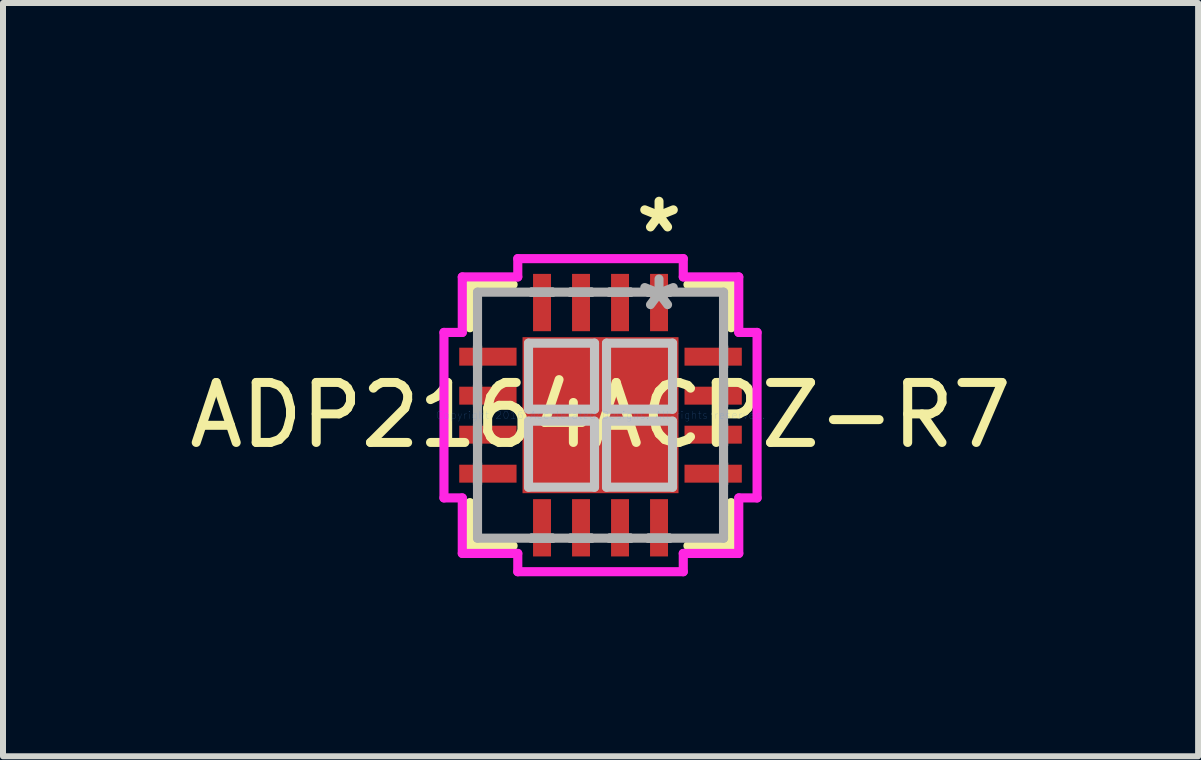
<source format=kicad_pcb>
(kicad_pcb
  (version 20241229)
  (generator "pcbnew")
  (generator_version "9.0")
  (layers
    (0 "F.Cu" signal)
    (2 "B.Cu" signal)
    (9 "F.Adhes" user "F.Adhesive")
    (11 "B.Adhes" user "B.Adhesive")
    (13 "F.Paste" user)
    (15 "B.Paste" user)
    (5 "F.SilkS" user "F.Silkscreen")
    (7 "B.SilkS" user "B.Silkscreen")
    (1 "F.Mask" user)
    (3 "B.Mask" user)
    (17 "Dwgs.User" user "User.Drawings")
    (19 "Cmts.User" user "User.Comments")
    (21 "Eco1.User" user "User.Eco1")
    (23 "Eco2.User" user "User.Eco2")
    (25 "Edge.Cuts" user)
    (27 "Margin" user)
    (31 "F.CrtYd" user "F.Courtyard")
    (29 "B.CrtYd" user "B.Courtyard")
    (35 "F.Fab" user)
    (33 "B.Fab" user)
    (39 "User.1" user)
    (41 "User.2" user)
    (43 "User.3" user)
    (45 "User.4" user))
  (footprint "ADP2164ACPZ-R7"
    (layer "F.Cu")
    (at 6.958 3.869)
    (property "Reference" "ADP2164ACPZ-R7" (at 0 0 0) (layer "F.SilkS") (effects (font (size 1 1) (thickness 0.15))))
    (attr through_hole)
    (fp_line (start -2.177 -2.177) (end -2.177 -1.457) (stroke (width 0.152) (type solid)) (layer "F.SilkS"))
    (fp_line (start -2.177 1.457) (end -2.177 2.177) (stroke (width 0.152) (type solid)) (layer "F.SilkS"))
    (fp_line (start -2.177 2.177) (end -1.457 2.177) (stroke (width 0.152) (type solid)) (layer "F.SilkS"))
    (fp_line (start -1.457 -2.177) (end -2.177 -2.177) (stroke (width 0.152) (type solid)) (layer "F.SilkS"))
    (fp_line (start 1.457 2.177) (end 2.177 2.177) (stroke (width 0.152) (type solid)) (layer "F.SilkS"))
    (fp_line (start 2.177 -2.177) (end 1.457 -2.177) (stroke (width 0.152) (type solid)) (layer "F.SilkS"))
    (fp_line (start 2.177 -1.457) (end 2.177 -2.177) (stroke (width 0.152) (type solid)) (layer "F.SilkS"))
    (fp_line (start 2.177 2.177) (end 2.177 1.457) (stroke (width 0.152) (type solid)) (layer "F.SilkS"))
    (fp_line (start -1.2 -1.2) (end -1.2 -0.1) (stroke (width 0.152) (type solid)) (layer "Dwgs.User"))
    (fp_line (start -1.2 -0.1) (end -0.1 -0.1) (stroke (width 0.152) (type solid)) (layer "Dwgs.User"))
    (fp_line (start -1.2 0.1) (end -1.2 1.2) (stroke (width 0.152) (type solid)) (layer "Dwgs.User"))
    (fp_line (start -1.2 1.2) (end -0.1 1.2) (stroke (width 0.152) (type solid)) (layer "Dwgs.User"))
    (fp_line (start -0.1 -1.2) (end -1.2 -1.2) (stroke (width 0.152) (type solid)) (layer "Dwgs.User"))
    (fp_line (start -0.1 -0.1) (end -0.1 -1.2) (stroke (width 0.152) (type solid)) (layer "Dwgs.User"))
    (fp_line (start -0.1 0.1) (end -1.2 0.1) (stroke (width 0.152) (type solid)) (layer "Dwgs.User"))
    (fp_line (start -0.1 1.2) (end -0.1 0.1) (stroke (width 0.152) (type solid)) (layer "Dwgs.User"))
    (fp_line (start 0.1 -1.2) (end 0.1 -0.1) (stroke (width 0.152) (type solid)) (layer "Dwgs.User"))
    (fp_line (start 0.1 -0.1) (end 1.2 -0.1) (stroke (width 0.152) (type solid)) (layer "Dwgs.User"))
    (fp_line (start 0.1 0.1) (end 0.1 1.2) (stroke (width 0.152) (type solid)) (layer "Dwgs.User"))
    (fp_line (start 0.1 1.2) (end 1.2 1.2) (stroke (width 0.152) (type solid)) (layer "Dwgs.User"))
    (fp_line (start 1.2 -1.2) (end 0.1 -1.2) (stroke (width 0.152) (type solid)) (layer "Dwgs.User"))
    (fp_line (start 1.2 -0.1) (end 1.2 -1.2) (stroke (width 0.152) (type solid)) (layer "Dwgs.User"))
    (fp_line (start 1.2 0.1) (end 0.1 0.1) (stroke (width 0.152) (type solid)) (layer "Dwgs.User"))
    (fp_line (start 1.2 1.2) (end 1.2 0.1) (stroke (width 0.152) (type solid)) (layer "Dwgs.User"))
    (fp_line (start -2.609 -1.379) (end -2.304 -1.379) (stroke (width 0.152) (type solid)) (layer "F.CrtYd"))
    (fp_line (start -2.609 1.379) (end -2.609 -1.379) (stroke (width 0.152) (type solid)) (layer "F.CrtYd"))
    (fp_line (start -2.304 -2.304) (end -1.379 -2.304) (stroke (width 0.152) (type solid)) (layer "F.CrtYd"))
    (fp_line (start -2.304 -1.379) (end -2.304 -2.304) (stroke (width 0.152) (type solid)) (layer "F.CrtYd"))
    (fp_line (start -2.304 1.379) (end -2.609 1.379) (stroke (width 0.152) (type solid)) (layer "F.CrtYd"))
    (fp_line (start -2.304 2.304) (end -2.304 1.379) (stroke (width 0.152) (type solid)) (layer "F.CrtYd"))
    (fp_line (start -1.379 -2.609) (end 1.379 -2.609) (stroke (width 0.152) (type solid)) (layer "F.CrtYd"))
    (fp_line (start -1.379 -2.304) (end -1.379 -2.609) (stroke (width 0.152) (type solid)) (layer "F.CrtYd"))
    (fp_line (start -1.379 2.304) (end -2.304 2.304) (stroke (width 0.152) (type solid)) (layer "F.CrtYd"))
    (fp_line (start -1.379 2.609) (end -1.379 2.304) (stroke (width 0.152) (type solid)) (layer "F.CrtYd"))
    (fp_line (start 1.379 -2.609) (end 1.379 -2.304) (stroke (width 0.152) (type solid)) (layer "F.CrtYd"))
    (fp_line (start 1.379 -2.304) (end 2.304 -2.304) (stroke (width 0.152) (type solid)) (layer "F.CrtYd"))
    (fp_line (start 1.379 2.304) (end 1.379 2.609) (stroke (width 0.152) (type solid)) (layer "F.CrtYd"))
    (fp_line (start 1.379 2.609) (end -1.379 2.609) (stroke (width 0.152) (type solid)) (layer "F.CrtYd"))
    (fp_line (start 2.304 -2.304) (end 2.304 -1.379) (stroke (width 0.152) (type solid)) (layer "F.CrtYd"))
    (fp_line (start 2.304 -1.379) (end 2.609 -1.379) (stroke (width 0.152) (type solid)) (layer "F.CrtYd"))
    (fp_line (start 2.304 1.379) (end 2.304 2.304) (stroke (width 0.152) (type solid)) (layer "F.CrtYd"))
    (fp_line (start 2.304 2.304) (end 1.379 2.304) (stroke (width 0.152) (type solid)) (layer "F.CrtYd"))
    (fp_line (start 2.609 -1.379) (end 2.609 1.379) (stroke (width 0.152) (type solid)) (layer "F.CrtYd"))
    (fp_line (start 2.609 1.379) (end 2.304 1.379) (stroke (width 0.152) (type solid)) (layer "F.CrtYd"))
    (fp_line (start -2.05 -2.05) (end -2.05 2.05) (stroke (width 0.152) (type solid)) (layer "F.Fab"))
    (fp_line (start -2.05 -1.15) (end -2.05 -1.15) (stroke (width 0.152) (type solid)) (layer "F.Fab"))
    (fp_line (start -2.05 -1.15) (end -2.05 -0.8) (stroke (width 0.152) (type solid)) (layer "F.Fab"))
    (fp_line (start -2.05 -0.8) (end -2.05 -1.15) (stroke (width 0.152) (type solid)) (layer "F.Fab"))
    (fp_line (start -2.05 -0.8) (end -2.05 -0.8) (stroke (width 0.152) (type solid)) (layer "F.Fab"))
    (fp_line (start -2.05 -0.5) (end -2.05 -0.5) (stroke (width 0.152) (type solid)) (layer "F.Fab"))
    (fp_line (start -2.05 -0.5) (end -2.05 -0.15) (stroke (width 0.152) (type solid)) (layer "F.Fab"))
    (fp_line (start -2.05 -0.15) (end -2.05 -0.5) (stroke (width 0.152) (type solid)) (layer "F.Fab"))
    (fp_line (start -2.05 -0.15) (end -2.05 -0.15) (stroke (width 0.152) (type solid)) (layer "F.Fab"))
    (fp_line (start -2.05 0.15) (end -2.05 0.15) (stroke (width 0.152) (type solid)) (layer "F.Fab"))
    (fp_line (start -2.05 0.15) (end -2.05 0.5) (stroke (width 0.152) (type solid)) (layer "F.Fab"))
    (fp_line (start -2.05 0.5) (end -2.05 0.15) (stroke (width 0.152) (type solid)) (layer "F.Fab"))
    (fp_line (start -2.05 0.5) (end -2.05 0.5) (stroke (width 0.152) (type solid)) (layer "F.Fab"))
    (fp_line (start -2.05 0.8) (end -2.05 0.8) (stroke (width 0.152) (type solid)) (layer "F.Fab"))
    (fp_line (start -2.05 0.8) (end -2.05 1.15) (stroke (width 0.152) (type solid)) (layer "F.Fab"))
    (fp_line (start -2.05 1.15) (end -2.05 0.8) (stroke (width 0.152) (type solid)) (layer "F.Fab"))
    (fp_line (start -2.05 1.15) (end -2.05 1.15) (stroke (width 0.152) (type solid)) (layer "F.Fab"))
    (fp_line (start -2.05 2.05) (end 2.05 2.05) (stroke (width 0.152) (type solid)) (layer "F.Fab"))
    (fp_line (start -1.15 -2.05) (end -1.15 -2.05) (stroke (width 0.152) (type solid)) (layer "F.Fab"))
    (fp_line (start -1.15 -2.05) (end -0.8 -2.05) (stroke (width 0.152) (type solid)) (layer "F.Fab"))
    (fp_line (start -1.15 2.05) (end -1.15 2.05) (stroke (width 0.152) (type solid)) (layer "F.Fab"))
    (fp_line (start -1.15 2.05) (end -0.8 2.05) (stroke (width 0.152) (type solid)) (layer "F.Fab"))
    (fp_line (start -0.8 -2.05) (end -1.15 -2.05) (stroke (width 0.152) (type solid)) (layer "F.Fab"))
    (fp_line (start -0.8 -2.05) (end -0.8 -2.05) (stroke (width 0.152) (type solid)) (layer "F.Fab"))
    (fp_line (start -0.8 2.05) (end -1.15 2.05) (stroke (width 0.152) (type solid)) (layer "F.Fab"))
    (fp_line (start -0.8 2.05) (end -0.8 2.05) (stroke (width 0.152) (type solid)) (layer "F.Fab"))
    (fp_line (start -0.5 -2.05) (end -0.5 -2.05) (stroke (width 0.152) (type solid)) (layer "F.Fab"))
    (fp_line (start -0.5 -2.05) (end -0.15 -2.05) (stroke (width 0.152) (type solid)) (layer "F.Fab"))
    (fp_line (start -0.5 2.05) (end -0.5 2.05) (stroke (width 0.152) (type solid)) (layer "F.Fab"))
    (fp_line (start -0.5 2.05) (end -0.15 2.05) (stroke (width 0.152) (type solid)) (layer "F.Fab"))
    (fp_line (start -0.15 -2.05) (end -0.5 -2.05) (stroke (width 0.152) (type solid)) (layer "F.Fab"))
    (fp_line (start -0.15 -2.05) (end -0.15 -2.05) (stroke (width 0.152) (type solid)) (layer "F.Fab"))
    (fp_line (start -0.15 2.05) (end -0.5 2.05) (stroke (width 0.152) (type solid)) (layer "F.Fab"))
    (fp_line (start -0.15 2.05) (end -0.15 2.05) (stroke (width 0.152) (type solid)) (layer "F.Fab"))
    (fp_line (start 0.15 -2.05) (end 0.15 -2.05) (stroke (width 0.152) (type solid)) (layer "F.Fab"))
    (fp_line (start 0.15 -2.05) (end 0.5 -2.05) (stroke (width 0.152) (type solid)) (layer "F.Fab"))
    (fp_line (start 0.15 2.05) (end 0.15 2.05) (stroke (width 0.152) (type solid)) (layer "F.Fab"))
    (fp_line (start 0.15 2.05) (end 0.5 2.05) (stroke (width 0.152) (type solid)) (layer "F.Fab"))
    (fp_line (start 0.5 -2.05) (end 0.15 -2.05) (stroke (width 0.152) (type solid)) (layer "F.Fab"))
    (fp_line (start 0.5 -2.05) (end 0.5 -2.05) (stroke (width 0.152) (type solid)) (layer "F.Fab"))
    (fp_line (start 0.5 2.05) (end 0.15 2.05) (stroke (width 0.152) (type solid)) (layer "F.Fab"))
    (fp_line (start 0.5 2.05) (end 0.5 2.05) (stroke (width 0.152) (type solid)) (layer "F.Fab"))
    (fp_line (start 0.8 -2.05) (end 0.8 -2.05) (stroke (width 0.152) (type solid)) (layer "F.Fab"))
    (fp_line (start 0.8 -2.05) (end 1.15 -2.05) (stroke (width 0.152) (type solid)) (layer "F.Fab"))
    (fp_line (start 0.8 2.05) (end 0.8 2.05) (stroke (width 0.152) (type solid)) (layer "F.Fab"))
    (fp_line (start 0.8 2.05) (end 1.15 2.05) (stroke (width 0.152) (type solid)) (layer "F.Fab"))
    (fp_line (start 1.15 -2.05) (end 0.8 -2.05) (stroke (width 0.152) (type solid)) (layer "F.Fab"))
    (fp_line (start 1.15 -2.05) (end 1.15 -2.05) (stroke (width 0.152) (type solid)) (layer "F.Fab"))
    (fp_line (start 1.15 2.05) (end 0.8 2.05) (stroke (width 0.152) (type solid)) (layer "F.Fab"))
    (fp_line (start 1.15 2.05) (end 1.15 2.05) (stroke (width 0.152) (type solid)) (layer "F.Fab"))
    (fp_line (start 2.05 -2.05) (end -2.05 -2.05) (stroke (width 0.152) (type solid)) (layer "F.Fab"))
    (fp_line (start 2.05 -1.15) (end 2.05 -1.15) (stroke (width 0.152) (type solid)) (layer "F.Fab"))
    (fp_line (start 2.05 -1.15) (end 2.05 -0.8) (stroke (width 0.152) (type solid)) (layer "F.Fab"))
    (fp_line (start 2.05 -0.8) (end 2.05 -1.15) (stroke (width 0.152) (type solid)) (layer "F.Fab"))
    (fp_line (start 2.05 -0.8) (end 2.05 -0.8) (stroke (width 0.152) (type solid)) (layer "F.Fab"))
    (fp_line (start 2.05 -0.5) (end 2.05 -0.5) (stroke (width 0.152) (type solid)) (layer "F.Fab"))
    (fp_line (start 2.05 -0.5) (end 2.05 -0.15) (stroke (width 0.152) (type solid)) (layer "F.Fab"))
    (fp_line (start 2.05 -0.15) (end 2.05 -0.5) (stroke (width 0.152) (type solid)) (layer "F.Fab"))
    (fp_line (start 2.05 -0.15) (end 2.05 -0.15) (stroke (width 0.152) (type solid)) (layer "F.Fab"))
    (fp_line (start 2.05 0.15) (end 2.05 0.15) (stroke (width 0.152) (type solid)) (layer "F.Fab"))
    (fp_line (start 2.05 0.15) (end 2.05 0.5) (stroke (width 0.152) (type solid)) (layer "F.Fab"))
    (fp_line (start 2.05 0.5) (end 2.05 0.15) (stroke (width 0.152) (type solid)) (layer "F.Fab"))
    (fp_line (start 2.05 0.5) (end 2.05 0.5) (stroke (width 0.152) (type solid)) (layer "F.Fab"))
    (fp_line (start 2.05 0.8) (end 2.05 0.8) (stroke (width 0.152) (type solid)) (layer "F.Fab"))
    (fp_line (start 2.05 0.8) (end 2.05 1.15) (stroke (width 0.152) (type solid)) (layer "F.Fab"))
    (fp_line (start 2.05 1.15) (end 2.05 0.8) (stroke (width 0.152) (type solid)) (layer "F.Fab"))
    (fp_line (start 2.05 1.15) (end 2.05 1.15) (stroke (width 0.152) (type solid)) (layer "F.Fab"))
    (fp_line (start 2.05 2.05) (end 2.05 -2.05) (stroke (width 0.152) (type solid)) (layer "F.Fab"))
    (fp_text user "*" (at 0.975 -3.02 0) (layer "F.SilkS") (effects (font (size 1 1) (thickness 0.15))))
    (fp_text user "Copyright 2016 Accelerated Designs. All rights reserved." (at 0 0 0) (layer "Cmts.User") (effects (font (size 0.127 0.127) (thickness 0.002))))
    (fp_text user "*" (at 0.975 -1.725 0) (layer "F.Fab") (effects (font (size 1 1) (thickness 0.15))))
    (pad "1" smd rect (at 0.975 -1.877) (size 0.299 0.955) (layers "F.Cu" "F.Mask" "F.Paste"))
    (pad "2" smd rect (at 0.325 -1.877) (size 0.299 0.955) (layers "F.Cu" "F.Mask" "F.Paste"))
    (pad "3" smd rect (at -0.325 -1.877) (size 0.299 0.955) (layers "F.Cu" "F.Mask" "F.Paste"))
    (pad "4" smd rect (at -0.975 -1.877) (size 0.299 0.955) (layers "F.Cu" "F.Mask" "F.Paste"))
    (pad "5" smd rect (at -1.877 -0.975 90) (size 0.299 0.955) (layers "F.Cu" "F.Mask" "F.Paste"))
    (pad "6" smd rect (at -1.877 -0.325 90) (size 0.299 0.955) (layers "F.Cu" "F.Mask" "F.Paste"))
    (pad "7" smd rect (at -1.877 0.325 90) (size 0.299 0.955) (layers "F.Cu" "F.Mask" "F.Paste"))
    (pad "8" smd rect (at -1.877 0.975 90) (size 0.299 0.955) (layers "F.Cu" "F.Mask" "F.Paste"))
    (pad "9" smd rect (at -0.975 1.877) (size 0.299 0.955) (layers "F.Cu" "F.Mask" "F.Paste"))
    (pad "10" smd rect (at -0.325 1.877) (size 0.299 0.955) (layers "F.Cu" "F.Mask" "F.Paste"))
    (pad "11" smd rect (at 0.325 1.877) (size 0.299 0.955) (layers "F.Cu" "F.Mask" "F.Paste"))
    (pad "12" smd rect (at 0.975 1.877) (size 0.299 0.955) (layers "F.Cu" "F.Mask" "F.Paste"))
    (pad "13" smd rect (at 1.877 0.975 90) (size 0.299 0.955) (layers "F.Cu" "F.Mask" "F.Paste"))
    (pad "14" smd rect (at 1.877 0.325 90) (size 0.299 0.955) (layers "F.Cu" "F.Mask" "F.Paste"))
    (pad "15" smd rect (at 1.877 -0.325 90) (size 0.299 0.955) (layers "F.Cu" "F.Mask" "F.Paste"))
    (pad "16" smd rect (at 1.877 -0.975 90) (size 0.299 0.955) (layers "F.Cu" "F.Mask" "F.Paste"))
    (pad "HTAB" smd rect (at 0 0) (size 2.6 2.6) (layers "F.Cu" "F.Mask" "F.Paste")))
  (gr_rect
    (start -3 -3)
    (end 16.917 9.554)
    (stroke (width 0.1) (type default))
    (fill no)
    (layer "Edge.Cuts")))
</source>
